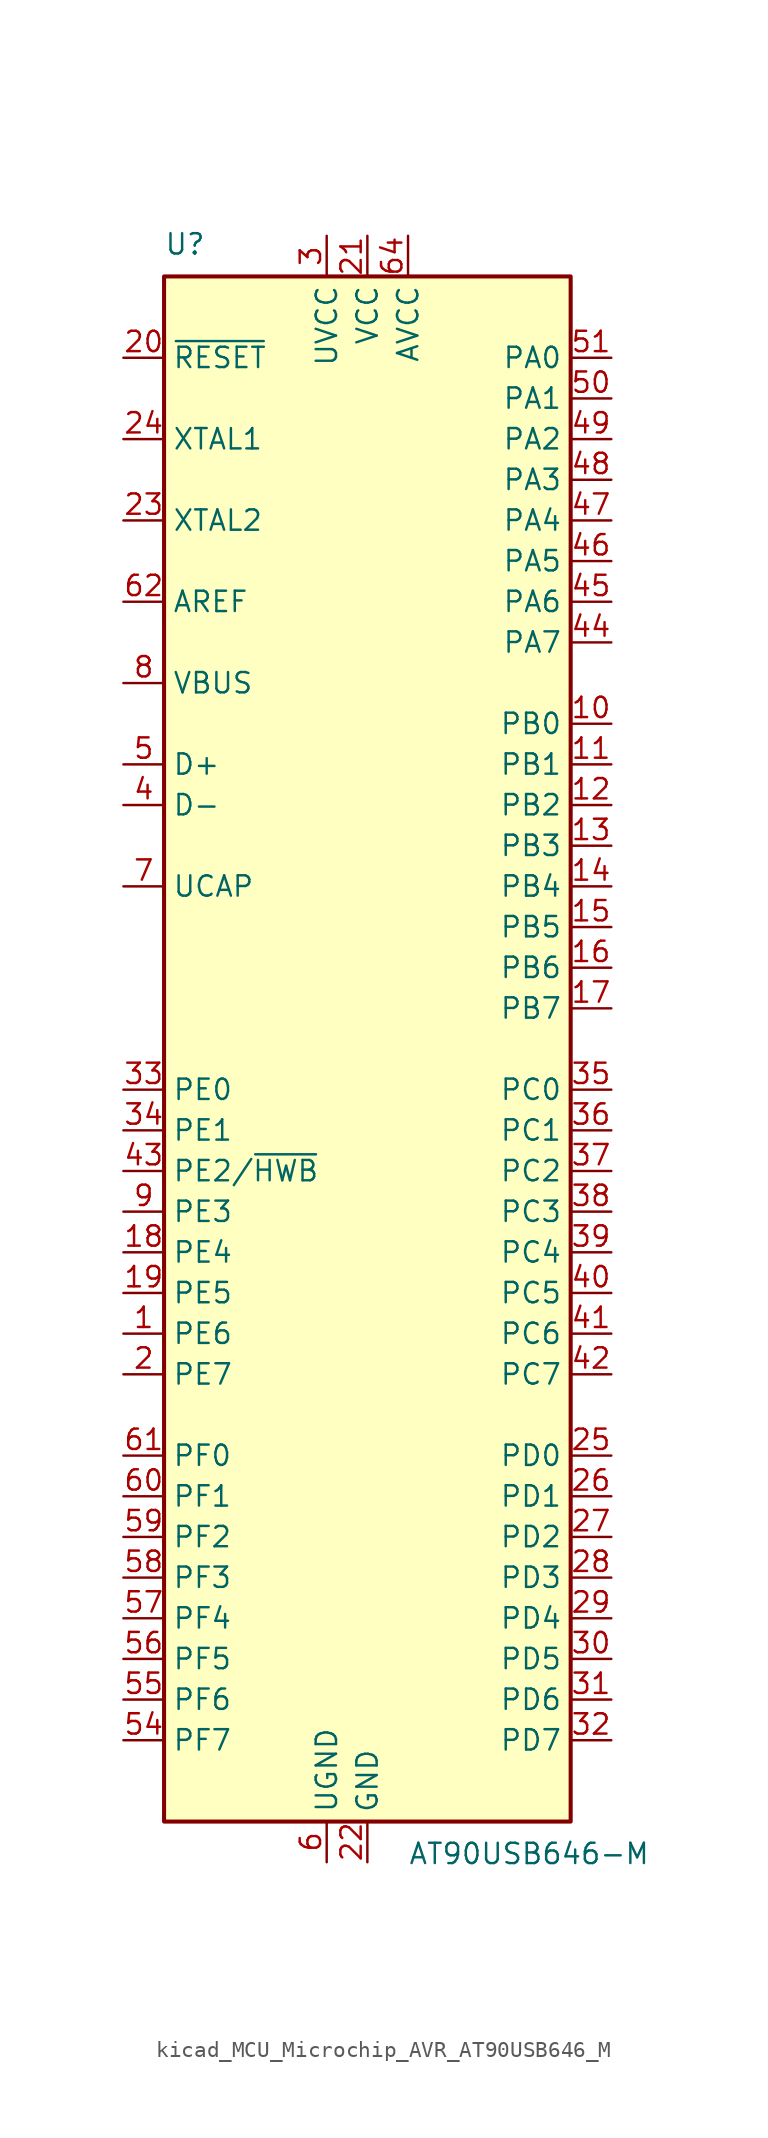
<source format=kicad_sym>
(kicad_symbol_lib
  (version 20220914)
  (generator kicad_symbol_editor)
  (symbol "kicad_MCU_Microchip_AVR_AT90USB646_M"
    (property "Reference" "U"
      (at -12.7 49.53 0)
      (effects (font (size 1.27 1.27)) (justify left bottom)))
    (property "Value" "AT90USB646-M"
      (at 2.54 -49.53 0)
      (effects (font (size 1.27 1.27)) (justify left top)))
    (symbol "kicad_MCU_Microchip_AVR_AT90USB646_M_0_1"
      (rectangle (start -12.7 -48.26) (end 12.7 48.26) (stroke (width 0.254) (type default)) (fill (type background))))
    (symbol "kicad_MCU_Microchip_AVR_AT90USB646_M_1_1"
      (pin bidirectional line (at -15.24 -17.78 0) (length 2.54) (name "PE6" (effects (font (size 1.27 1.27)))) (number "1" (effects (font (size 1.27 1.27)))))
      (pin bidirectional line (at 15.24 20.32 180) (length 2.54) (name "PB0" (effects (font (size 1.27 1.27)))) (number "10" (effects (font (size 1.27 1.27)))))
      (pin bidirectional line (at 15.24 17.78 180) (length 2.54) (name "PB1" (effects (font (size 1.27 1.27)))) (number "11" (effects (font (size 1.27 1.27)))))
      (pin bidirectional line (at 15.24 15.24 180) (length 2.54) (name "PB2" (effects (font (size 1.27 1.27)))) (number "12" (effects (font (size 1.27 1.27)))))
      (pin bidirectional line (at 15.24 12.7 180) (length 2.54) (name "PB3" (effects (font (size 1.27 1.27)))) (number "13" (effects (font (size 1.27 1.27)))))
      (pin bidirectional line (at 15.24 10.16 180) (length 2.54) (name "PB4" (effects (font (size 1.27 1.27)))) (number "14" (effects (font (size 1.27 1.27)))))
      (pin bidirectional line (at 15.24 7.62 180) (length 2.54) (name "PB5" (effects (font (size 1.27 1.27)))) (number "15" (effects (font (size 1.27 1.27)))))
      (pin bidirectional line (at 15.24 5.08 180) (length 2.54) (name "PB6" (effects (font (size 1.27 1.27)))) (number "16" (effects (font (size 1.27 1.27)))))
      (pin bidirectional line (at 15.24 2.54 180) (length 2.54) (name "PB7" (effects (font (size 1.27 1.27)))) (number "17" (effects (font (size 1.27 1.27)))))
      (pin bidirectional line (at -15.24 -12.7 0) (length 2.54) (name "PE4" (effects (font (size 1.27 1.27)))) (number "18" (effects (font (size 1.27 1.27)))))
      (pin bidirectional line (at -15.24 -15.24 0) (length 2.54) (name "PE5" (effects (font (size 1.27 1.27)))) (number "19" (effects (font (size 1.27 1.27)))))
      (pin bidirectional line (at -15.24 -20.32 0) (length 2.54) (name "PE7" (effects (font (size 1.27 1.27)))) (number "2" (effects (font (size 1.27 1.27)))))
      (pin input line (at -15.24 43.18 0) (length 2.54) (name "~{RESET}" (effects (font (size 1.27 1.27)))) (number "20" (effects (font (size 1.27 1.27)))))
      (pin power_in line (at 0 50.8 270) (length 2.54) (name "VCC" (effects (font (size 1.27 1.27)))) (number "21" (effects (font (size 1.27 1.27)))))
      (pin power_in line (at 0 -50.8 90) (length 2.54) (name "GND" (effects (font (size 1.27 1.27)))) (number "22" (effects (font (size 1.27 1.27)))))
      (pin output line (at -15.24 33.02 0) (length 2.54) (name "XTAL2" (effects (font (size 1.27 1.27)))) (number "23" (effects (font (size 1.27 1.27)))))
      (pin input line (at -15.24 38.1 0) (length 2.54) (name "XTAL1" (effects (font (size 1.27 1.27)))) (number "24" (effects (font (size 1.27 1.27)))))
      (pin bidirectional line (at 15.24 -25.4 180) (length 2.54) (name "PD0" (effects (font (size 1.27 1.27)))) (number "25" (effects (font (size 1.27 1.27)))))
      (pin bidirectional line (at 15.24 -27.94 180) (length 2.54) (name "PD1" (effects (font (size 1.27 1.27)))) (number "26" (effects (font (size 1.27 1.27)))))
      (pin bidirectional line (at 15.24 -30.48 180) (length 2.54) (name "PD2" (effects (font (size 1.27 1.27)))) (number "27" (effects (font (size 1.27 1.27)))))
      (pin bidirectional line (at 15.24 -33.02 180) (length 2.54) (name "PD3" (effects (font (size 1.27 1.27)))) (number "28" (effects (font (size 1.27 1.27)))))
      (pin bidirectional line (at 15.24 -35.56 180) (length 2.54) (name "PD4" (effects (font (size 1.27 1.27)))) (number "29" (effects (font (size 1.27 1.27)))))
      (pin power_in line (at -2.54 50.8 270) (length 2.54) (name "UVCC" (effects (font (size 1.27 1.27)))) (number "3" (effects (font (size 1.27 1.27)))))
      (pin bidirectional line (at 15.24 -38.1 180) (length 2.54) (name "PD5" (effects (font (size 1.27 1.27)))) (number "30" (effects (font (size 1.27 1.27)))))
      (pin bidirectional line (at 15.24 -40.64 180) (length 2.54) (name "PD6" (effects (font (size 1.27 1.27)))) (number "31" (effects (font (size 1.27 1.27)))))
      (pin bidirectional line (at 15.24 -43.18 180) (length 2.54) (name "PD7" (effects (font (size 1.27 1.27)))) (number "32" (effects (font (size 1.27 1.27)))))
      (pin bidirectional line (at -15.24 -2.54 0) (length 2.54) (name "PE0" (effects (font (size 1.27 1.27)))) (number "33" (effects (font (size 1.27 1.27)))))
      (pin bidirectional line (at -15.24 -5.08 0) (length 2.54) (name "PE1" (effects (font (size 1.27 1.27)))) (number "34" (effects (font (size 1.27 1.27)))))
      (pin bidirectional line (at 15.24 -2.54 180) (length 2.54) (name "PC0" (effects (font (size 1.27 1.27)))) (number "35" (effects (font (size 1.27 1.27)))))
      (pin bidirectional line (at 15.24 -5.08 180) (length 2.54) (name "PC1" (effects (font (size 1.27 1.27)))) (number "36" (effects (font (size 1.27 1.27)))))
      (pin bidirectional line (at 15.24 -7.62 180) (length 2.54) (name "PC2" (effects (font (size 1.27 1.27)))) (number "37" (effects (font (size 1.27 1.27)))))
      (pin bidirectional line (at 15.24 -10.16 180) (length 2.54) (name "PC3" (effects (font (size 1.27 1.27)))) (number "38" (effects (font (size 1.27 1.27)))))
      (pin bidirectional line (at 15.24 -12.7 180) (length 2.54) (name "PC4" (effects (font (size 1.27 1.27)))) (number "39" (effects (font (size 1.27 1.27)))))
      (pin bidirectional line (at -15.24 15.24 0) (length 2.54) (name "D-" (effects (font (size 1.27 1.27)))) (number "4" (effects (font (size 1.27 1.27)))))
      (pin bidirectional line (at 15.24 -15.24 180) (length 2.54) (name "PC5" (effects (font (size 1.27 1.27)))) (number "40" (effects (font (size 1.27 1.27)))))
      (pin bidirectional line (at 15.24 -17.78 180) (length 2.54) (name "PC6" (effects (font (size 1.27 1.27)))) (number "41" (effects (font (size 1.27 1.27)))))
      (pin bidirectional line (at 15.24 -20.32 180) (length 2.54) (name "PC7" (effects (font (size 1.27 1.27)))) (number "42" (effects (font (size 1.27 1.27)))))
      (pin bidirectional line (at -15.24 -7.62 0) (length 2.54) (name "PE2/~{HWB}" (effects (font (size 1.27 1.27)))) (number "43" (effects (font (size 1.27 1.27)))))
      (pin bidirectional line (at 15.24 25.4 180) (length 2.54) (name "PA7" (effects (font (size 1.27 1.27)))) (number "44" (effects (font (size 1.27 1.27)))))
      (pin bidirectional line (at 15.24 27.94 180) (length 2.54) (name "PA6" (effects (font (size 1.27 1.27)))) (number "45" (effects (font (size 1.27 1.27)))))
      (pin bidirectional line (at 15.24 30.48 180) (length 2.54) (name "PA5" (effects (font (size 1.27 1.27)))) (number "46" (effects (font (size 1.27 1.27)))))
      (pin bidirectional line (at 15.24 33.02 180) (length 2.54) (name "PA4" (effects (font (size 1.27 1.27)))) (number "47" (effects (font (size 1.27 1.27)))))
      (pin bidirectional line (at 15.24 35.56 180) (length 2.54) (name "PA3" (effects (font (size 1.27 1.27)))) (number "48" (effects (font (size 1.27 1.27)))))
      (pin bidirectional line (at 15.24 38.1 180) (length 2.54) (name "PA2" (effects (font (size 1.27 1.27)))) (number "49" (effects (font (size 1.27 1.27)))))
      (pin bidirectional line (at -15.24 17.78 0) (length 2.54) (name "D+" (effects (font (size 1.27 1.27)))) (number "5" (effects (font (size 1.27 1.27)))))
      (pin bidirectional line (at 15.24 40.64 180) (length 2.54) (name "PA1" (effects (font (size 1.27 1.27)))) (number "50" (effects (font (size 1.27 1.27)))))
      (pin bidirectional line (at 15.24 43.18 180) (length 2.54) (name "PA0" (effects (font (size 1.27 1.27)))) (number "51" (effects (font (size 1.27 1.27)))))
      (pin passive line (at 0 50.8 270) (length 2.54) hide (name "VCC" (effects (font (size 1.27 1.27)))) (number "52" (effects (font (size 1.27 1.27)))))
      (pin passive line (at 0 -50.8 90) (length 2.54) hide (name "GND" (effects (font (size 1.27 1.27)))) (number "53" (effects (font (size 1.27 1.27)))))
      (pin bidirectional line (at -15.24 -43.18 0) (length 2.54) (name "PF7" (effects (font (size 1.27 1.27)))) (number "54" (effects (font (size 1.27 1.27)))))
      (pin bidirectional line (at -15.24 -40.64 0) (length 2.54) (name "PF6" (effects (font (size 1.27 1.27)))) (number "55" (effects (font (size 1.27 1.27)))))
      (pin bidirectional line (at -15.24 -38.1 0) (length 2.54) (name "PF5" (effects (font (size 1.27 1.27)))) (number "56" (effects (font (size 1.27 1.27)))))
      (pin bidirectional line (at -15.24 -35.56 0) (length 2.54) (name "PF4" (effects (font (size 1.27 1.27)))) (number "57" (effects (font (size 1.27 1.27)))))
      (pin bidirectional line (at -15.24 -33.02 0) (length 2.54) (name "PF3" (effects (font (size 1.27 1.27)))) (number "58" (effects (font (size 1.27 1.27)))))
      (pin bidirectional line (at -15.24 -30.48 0) (length 2.54) (name "PF2" (effects (font (size 1.27 1.27)))) (number "59" (effects (font (size 1.27 1.27)))))
      (pin power_in line (at -2.54 -50.8 90) (length 2.54) (name "UGND" (effects (font (size 1.27 1.27)))) (number "6" (effects (font (size 1.27 1.27)))))
      (pin bidirectional line (at -15.24 -27.94 0) (length 2.54) (name "PF1" (effects (font (size 1.27 1.27)))) (number "60" (effects (font (size 1.27 1.27)))))
      (pin bidirectional line (at -15.24 -25.4 0) (length 2.54) (name "PF0" (effects (font (size 1.27 1.27)))) (number "61" (effects (font (size 1.27 1.27)))))
      (pin passive line (at -15.24 27.94 0) (length 2.54) (name "AREF" (effects (font (size 1.27 1.27)))) (number "62" (effects (font (size 1.27 1.27)))))
      (pin passive line (at 0 -50.8 90) (length 2.54) hide (name "GND" (effects (font (size 1.27 1.27)))) (number "63" (effects (font (size 1.27 1.27)))))
      (pin power_in line (at 2.54 50.8 270) (length 2.54) (name "AVCC" (effects (font (size 1.27 1.27)))) (number "64" (effects (font (size 1.27 1.27)))))
      (pin passive line (at 0 -50.8 90) (length 2.54) hide (name "GND" (effects (font (size 1.27 1.27)))) (number "65" (effects (font (size 1.27 1.27)))))
      (pin passive line (at -15.24 10.16 0) (length 2.54) (name "UCAP" (effects (font (size 1.27 1.27)))) (number "7" (effects (font (size 1.27 1.27)))))
      (pin input line (at -15.24 22.86 0) (length 2.54) (name "VBUS" (effects (font (size 1.27 1.27)))) (number "8" (effects (font (size 1.27 1.27)))))
      (pin bidirectional line (at -15.24 -10.16 0) (length 2.54) (name "PE3" (effects (font (size 1.27 1.27)))) (number "9" (effects (font (size 1.27 1.27))))))))
</source>
